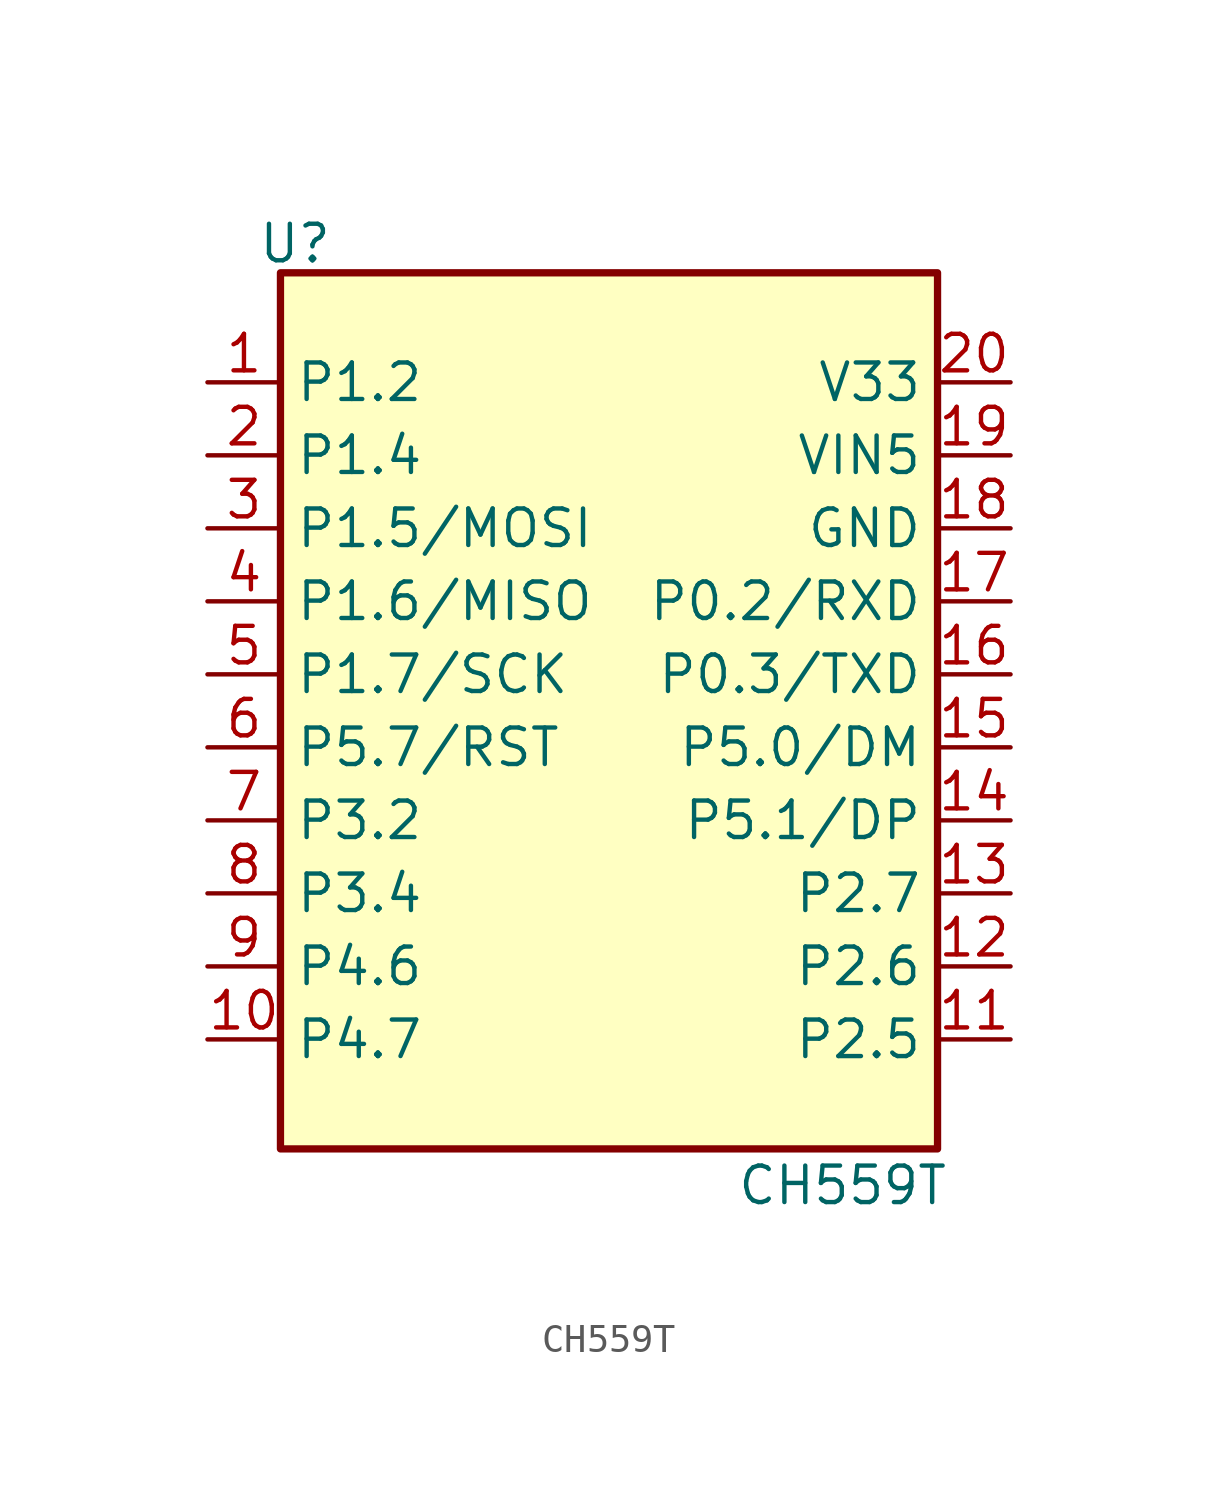
<source format=kicad_sym>
(kicad_symbol_lib
  (version 20231120)
  (generator "kicad_symbol_editor")
  (generator_version "8.0")
  (symbol "CH559T"
    (property "Reference" "U"
      (at -10.922 16.256 0)
      (effects (font (size 1.27 1.27))))
    (property "Value" "CH559T"
      (at 8.128 -16.51 0)
      (effects (font (size 1.27 1.27))))
    (symbol "CH559T_0_1"
      (rectangle (start -11.43 15.24) (end 11.43 -15.24) (stroke (width 0.254) (type default)) (fill (type background))))
    (symbol "CH559T_1_1"
      (pin bidirectional line (at -13.97 11.43 0) (length 2.54) (name "P1.2" (effects (font (size 1.27 1.27)))) (number "1" (effects (font (size 1.27 1.27)))))
      (pin bidirectional line (at -13.97 -11.43 0) (length 2.54) (name "P4.7" (effects (font (size 1.27 1.27)))) (number "10" (effects (font (size 1.27 1.27)))))
      (pin bidirectional line (at 13.97 -11.43 180) (length 2.54) (name "P2.5" (effects (font (size 1.27 1.27)))) (number "11" (effects (font (size 1.27 1.27)))))
      (pin bidirectional line (at 13.97 -8.89 180) (length 2.54) (name "P2.6" (effects (font (size 1.27 1.27)))) (number "12" (effects (font (size 1.27 1.27)))))
      (pin bidirectional line (at 13.97 -6.35 180) (length 2.54) (name "P2.7" (effects (font (size 1.27 1.27)))) (number "13" (effects (font (size 1.27 1.27)))))
      (pin bidirectional line (at 13.97 -3.81 180) (length 2.54) (name "P5.1/DP" (effects (font (size 1.27 1.27)))) (number "14" (effects (font (size 1.27 1.27)))))
      (pin bidirectional line (at 13.97 -1.27 180) (length 2.54) (name "P5.0/DM" (effects (font (size 1.27 1.27)))) (number "15" (effects (font (size 1.27 1.27)))))
      (pin bidirectional line (at 13.97 1.27 180) (length 2.54) (name "P0.3/TXD" (effects (font (size 1.27 1.27)))) (number "16" (effects (font (size 1.27 1.27)))))
      (pin bidirectional line (at 13.97 3.81 180) (length 2.54) (name "P0.2/RXD" (effects (font (size 1.27 1.27)))) (number "17" (effects (font (size 1.27 1.27)))))
      (pin power_in line (at 13.97 6.35 180) (length 2.54) (name "GND" (effects (font (size 1.27 1.27)))) (number "18" (effects (font (size 1.27 1.27)))))
      (pin power_in line (at 13.97 8.89 180) (length 2.54) (name "VIN5" (effects (font (size 1.27 1.27)))) (number "19" (effects (font (size 1.27 1.27)))))
      (pin bidirectional line (at -13.97 8.89 0) (length 2.54) (name "P1.4" (effects (font (size 1.27 1.27)))) (number "2" (effects (font (size 1.27 1.27)))))
      (pin input line (at 13.97 11.43 180) (length 2.54) (name "V33" (effects (font (size 1.27 1.27)))) (number "20" (effects (font (size 1.27 1.27)))))
      (pin bidirectional line (at -13.97 6.35 0) (length 2.54) (name "P1.5/MOSI" (effects (font (size 1.27 1.27)))) (number "3" (effects (font (size 1.27 1.27)))))
      (pin bidirectional line (at -13.97 3.81 0) (length 2.54) (name "P1.6/MISO" (effects (font (size 1.27 1.27)))) (number "4" (effects (font (size 1.27 1.27)))))
      (pin bidirectional line (at -13.97 1.27 0) (length 2.54) (name "P1.7/SCK" (effects (font (size 1.27 1.27)))) (number "5" (effects (font (size 1.27 1.27)))))
      (pin bidirectional line (at -13.97 -1.27 0) (length 2.54) (name "P5.7/RST" (effects (font (size 1.27 1.27)))) (number "6" (effects (font (size 1.27 1.27)))))
      (pin bidirectional line (at -13.97 -3.81 0) (length 2.54) (name "P3.2" (effects (font (size 1.27 1.27)))) (number "7" (effects (font (size 1.27 1.27)))))
      (pin bidirectional line (at -13.97 -6.35 0) (length 2.54) (name "P3.4" (effects (font (size 1.27 1.27)))) (number "8" (effects (font (size 1.27 1.27)))))
      (pin bidirectional line (at -13.97 -8.89 0) (length 2.54) (name "P4.6" (effects (font (size 1.27 1.27)))) (number "9" (effects (font (size 1.27 1.27))))))))
</source>
